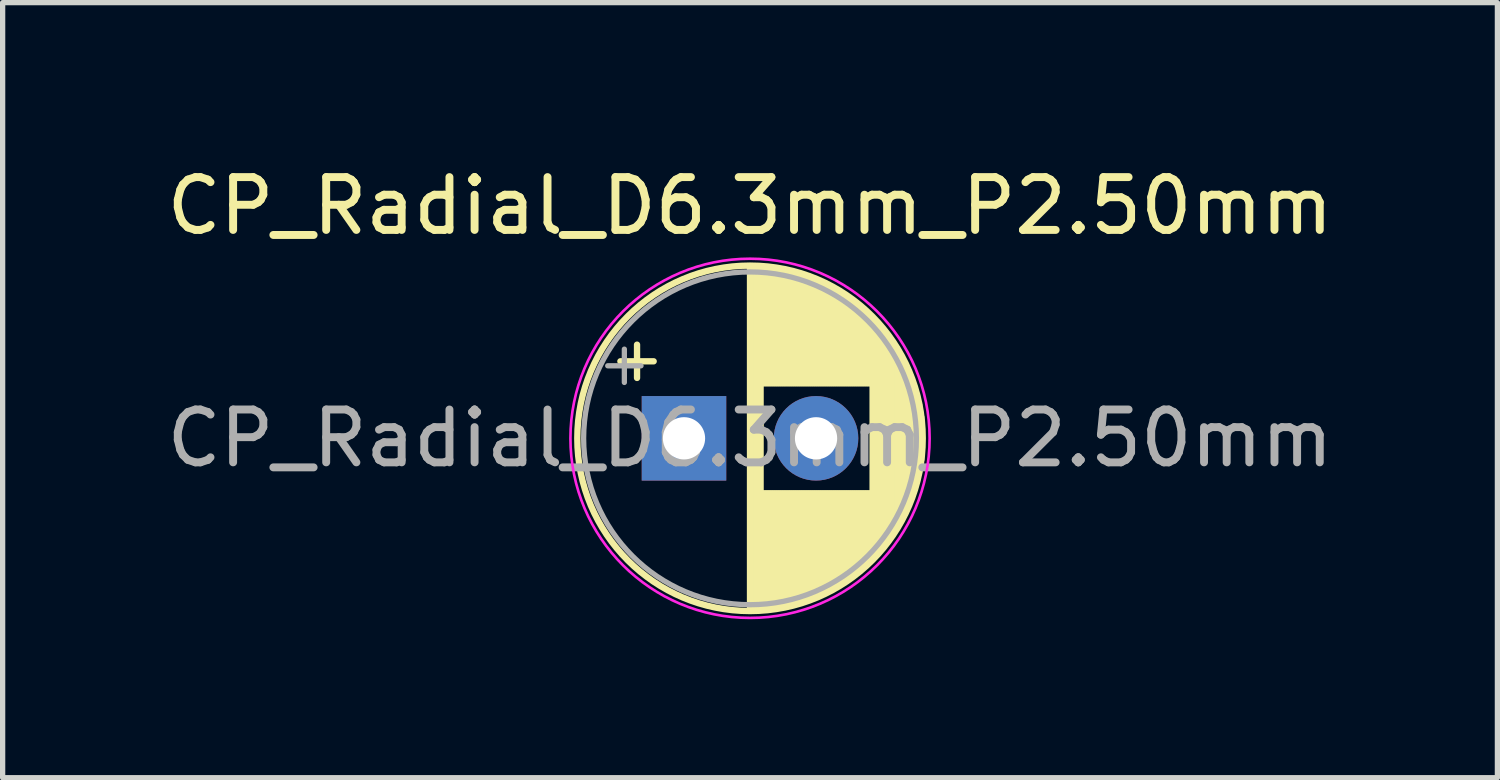
<source format=kicad_pcb>
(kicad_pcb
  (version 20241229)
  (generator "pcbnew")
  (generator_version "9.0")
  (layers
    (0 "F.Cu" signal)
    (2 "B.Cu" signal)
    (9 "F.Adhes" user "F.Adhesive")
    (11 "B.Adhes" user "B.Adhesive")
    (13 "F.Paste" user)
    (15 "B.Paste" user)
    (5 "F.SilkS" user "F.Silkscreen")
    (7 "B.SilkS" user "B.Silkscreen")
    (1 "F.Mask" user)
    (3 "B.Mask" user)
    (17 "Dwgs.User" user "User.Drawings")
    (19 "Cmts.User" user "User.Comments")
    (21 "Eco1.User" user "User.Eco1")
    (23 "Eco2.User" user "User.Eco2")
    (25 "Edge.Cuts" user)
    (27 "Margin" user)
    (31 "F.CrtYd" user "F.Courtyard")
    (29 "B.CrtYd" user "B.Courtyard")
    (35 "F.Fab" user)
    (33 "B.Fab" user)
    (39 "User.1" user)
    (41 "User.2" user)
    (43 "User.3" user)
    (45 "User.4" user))
  (footprint "CP_Radial_D6.3mm_P2.50mm"
    (layer "F.Cu")
    (at 9.899 5.248)
    (property "Reference" "CP_Radial_D6.3mm_P2.50mm" (at 1.25 -4.4 0) (layer "F.SilkS") (effects (font (size 1 1) (thickness 0.15))))
    (attr through_hole)
    (fp_line (start -1.204 -1.458) (end -0.574 -1.458) (stroke (width 0.12) (type solid)) (layer "F.SilkS"))
    (fp_line (start -0.889 -1.773) (end -0.889 -1.143) (stroke (width 0.12) (type solid)) (layer "F.SilkS"))
    (fp_line (start 1.25 -3.23) (end 1.25 3.23) (stroke (width 0.12) (type solid)) (layer "F.SilkS"))
    (fp_line (start 1.29 -3.23) (end 1.29 3.23) (stroke (width 0.12) (type solid)) (layer "F.SilkS"))
    (fp_line (start 1.33 -3.23) (end 1.33 3.23) (stroke (width 0.12) (type solid)) (layer "F.SilkS"))
    (fp_line (start 1.37 -3.228) (end 1.37 3.228) (stroke (width 0.12) (type solid)) (layer "F.SilkS"))
    (fp_line (start 1.41 -3.227) (end 1.41 3.227) (stroke (width 0.12) (type solid)) (layer "F.SilkS"))
    (fp_line (start 1.45 -3.224) (end 1.45 3.224) (stroke (width 0.12) (type solid)) (layer "F.SilkS"))
    (fp_line (start 1.49 -3.222) (end 1.49 -1.04) (stroke (width 0.12) (type solid)) (layer "F.SilkS"))
    (fp_line (start 1.49 1.04) (end 1.49 3.222) (stroke (width 0.12) (type solid)) (layer "F.SilkS"))
    (fp_line (start 1.53 -3.218) (end 1.53 -1.04) (stroke (width 0.12) (type solid)) (layer "F.SilkS"))
    (fp_line (start 1.53 1.04) (end 1.53 3.218) (stroke (width 0.12) (type solid)) (layer "F.SilkS"))
    (fp_line (start 1.57 -3.215) (end 1.57 -1.04) (stroke (width 0.12) (type solid)) (layer "F.SilkS"))
    (fp_line (start 1.57 1.04) (end 1.57 3.215) (stroke (width 0.12) (type solid)) (layer "F.SilkS"))
    (fp_line (start 1.61 -3.211) (end 1.61 -1.04) (stroke (width 0.12) (type solid)) (layer "F.SilkS"))
    (fp_line (start 1.61 1.04) (end 1.61 3.211) (stroke (width 0.12) (type solid)) (layer "F.SilkS"))
    (fp_line (start 1.65 -3.206) (end 1.65 -1.04) (stroke (width 0.12) (type solid)) (layer "F.SilkS"))
    (fp_line (start 1.65 1.04) (end 1.65 3.206) (stroke (width 0.12) (type solid)) (layer "F.SilkS"))
    (fp_line (start 1.69 -3.201) (end 1.69 -1.04) (stroke (width 0.12) (type solid)) (layer "F.SilkS"))
    (fp_line (start 1.69 1.04) (end 1.69 3.201) (stroke (width 0.12) (type solid)) (layer "F.SilkS"))
    (fp_line (start 1.73 -3.195) (end 1.73 -1.04) (stroke (width 0.12) (type solid)) (layer "F.SilkS"))
    (fp_line (start 1.73 1.04) (end 1.73 3.195) (stroke (width 0.12) (type solid)) (layer "F.SilkS"))
    (fp_line (start 1.77 -3.189) (end 1.77 -1.04) (stroke (width 0.12) (type solid)) (layer "F.SilkS"))
    (fp_line (start 1.77 1.04) (end 1.77 3.189) (stroke (width 0.12) (type solid)) (layer "F.SilkS"))
    (fp_line (start 1.81 -3.182) (end 1.81 -1.04) (stroke (width 0.12) (type solid)) (layer "F.SilkS"))
    (fp_line (start 1.81 1.04) (end 1.81 3.182) (stroke (width 0.12) (type solid)) (layer "F.SilkS"))
    (fp_line (start 1.85 -3.175) (end 1.85 -1.04) (stroke (width 0.12) (type solid)) (layer "F.SilkS"))
    (fp_line (start 1.85 1.04) (end 1.85 3.175) (stroke (width 0.12) (type solid)) (layer "F.SilkS"))
    (fp_line (start 1.89 -3.167) (end 1.89 -1.04) (stroke (width 0.12) (type solid)) (layer "F.SilkS"))
    (fp_line (start 1.89 1.04) (end 1.89 3.167) (stroke (width 0.12) (type solid)) (layer "F.SilkS"))
    (fp_line (start 1.93 -3.159) (end 1.93 -1.04) (stroke (width 0.12) (type solid)) (layer "F.SilkS"))
    (fp_line (start 1.93 1.04) (end 1.93 3.159) (stroke (width 0.12) (type solid)) (layer "F.SilkS"))
    (fp_line (start 1.971 -3.15) (end 1.971 -1.04) (stroke (width 0.12) (type solid)) (layer "F.SilkS"))
    (fp_line (start 1.971 1.04) (end 1.971 3.15) (stroke (width 0.12) (type solid)) (layer "F.SilkS"))
    (fp_line (start 2.011 -3.141) (end 2.011 -1.04) (stroke (width 0.12) (type solid)) (layer "F.SilkS"))
    (fp_line (start 2.011 1.04) (end 2.011 3.141) (stroke (width 0.12) (type solid)) (layer "F.SilkS"))
    (fp_line (start 2.051 -3.131) (end 2.051 -1.04) (stroke (width 0.12) (type solid)) (layer "F.SilkS"))
    (fp_line (start 2.051 1.04) (end 2.051 3.131) (stroke (width 0.12) (type solid)) (layer "F.SilkS"))
    (fp_line (start 2.091 -3.121) (end 2.091 -1.04) (stroke (width 0.12) (type solid)) (layer "F.SilkS"))
    (fp_line (start 2.091 1.04) (end 2.091 3.121) (stroke (width 0.12) (type solid)) (layer "F.SilkS"))
    (fp_line (start 2.131 -3.11) (end 2.131 -1.04) (stroke (width 0.12) (type solid)) (layer "F.SilkS"))
    (fp_line (start 2.131 1.04) (end 2.131 3.11) (stroke (width 0.12) (type solid)) (layer "F.SilkS"))
    (fp_line (start 2.171 -3.098) (end 2.171 -1.04) (stroke (width 0.12) (type solid)) (layer "F.SilkS"))
    (fp_line (start 2.171 1.04) (end 2.171 3.098) (stroke (width 0.12) (type solid)) (layer "F.SilkS"))
    (fp_line (start 2.211 -3.086) (end 2.211 -1.04) (stroke (width 0.12) (type solid)) (layer "F.SilkS"))
    (fp_line (start 2.211 1.04) (end 2.211 3.086) (stroke (width 0.12) (type solid)) (layer "F.SilkS"))
    (fp_line (start 2.251 -3.074) (end 2.251 -1.04) (stroke (width 0.12) (type solid)) (layer "F.SilkS"))
    (fp_line (start 2.251 1.04) (end 2.251 3.074) (stroke (width 0.12) (type solid)) (layer "F.SilkS"))
    (fp_line (start 2.291 -3.061) (end 2.291 -1.04) (stroke (width 0.12) (type solid)) (layer "F.SilkS"))
    (fp_line (start 2.291 1.04) (end 2.291 3.061) (stroke (width 0.12) (type solid)) (layer "F.SilkS"))
    (fp_line (start 2.331 -3.047) (end 2.331 -1.04) (stroke (width 0.12) (type solid)) (layer "F.SilkS"))
    (fp_line (start 2.331 1.04) (end 2.331 3.047) (stroke (width 0.12) (type solid)) (layer "F.SilkS"))
    (fp_line (start 2.371 -3.033) (end 2.371 -1.04) (stroke (width 0.12) (type solid)) (layer "F.SilkS"))
    (fp_line (start 2.371 1.04) (end 2.371 3.033) (stroke (width 0.12) (type solid)) (layer "F.SilkS"))
    (fp_line (start 2.411 -3.018) (end 2.411 -1.04) (stroke (width 0.12) (type solid)) (layer "F.SilkS"))
    (fp_line (start 2.411 1.04) (end 2.411 3.018) (stroke (width 0.12) (type solid)) (layer "F.SilkS"))
    (fp_line (start 2.451 -3.002) (end 2.451 -1.04) (stroke (width 0.12) (type solid)) (layer "F.SilkS"))
    (fp_line (start 2.451 1.04) (end 2.451 3.002) (stroke (width 0.12) (type solid)) (layer "F.SilkS"))
    (fp_line (start 2.491 -2.986) (end 2.491 -1.04) (stroke (width 0.12) (type solid)) (layer "F.SilkS"))
    (fp_line (start 2.491 1.04) (end 2.491 2.986) (stroke (width 0.12) (type solid)) (layer "F.SilkS"))
    (fp_line (start 2.531 -2.97) (end 2.531 -1.04) (stroke (width 0.12) (type solid)) (layer "F.SilkS"))
    (fp_line (start 2.531 1.04) (end 2.531 2.97) (stroke (width 0.12) (type solid)) (layer "F.SilkS"))
    (fp_line (start 2.571 -2.952) (end 2.571 -1.04) (stroke (width 0.12) (type solid)) (layer "F.SilkS"))
    (fp_line (start 2.571 1.04) (end 2.571 2.952) (stroke (width 0.12) (type solid)) (layer "F.SilkS"))
    (fp_line (start 2.611 -2.934) (end 2.611 -1.04) (stroke (width 0.12) (type solid)) (layer "F.SilkS"))
    (fp_line (start 2.611 1.04) (end 2.611 2.934) (stroke (width 0.12) (type solid)) (layer "F.SilkS"))
    (fp_line (start 2.651 -2.916) (end 2.651 -1.04) (stroke (width 0.12) (type solid)) (layer "F.SilkS"))
    (fp_line (start 2.651 1.04) (end 2.651 2.916) (stroke (width 0.12) (type solid)) (layer "F.SilkS"))
    (fp_line (start 2.691 -2.896) (end 2.691 -1.04) (stroke (width 0.12) (type solid)) (layer "F.SilkS"))
    (fp_line (start 2.691 1.04) (end 2.691 2.896) (stroke (width 0.12) (type solid)) (layer "F.SilkS"))
    (fp_line (start 2.731 -2.876) (end 2.731 -1.04) (stroke (width 0.12) (type solid)) (layer "F.SilkS"))
    (fp_line (start 2.731 1.04) (end 2.731 2.876) (stroke (width 0.12) (type solid)) (layer "F.SilkS"))
    (fp_line (start 2.771 -2.856) (end 2.771 -1.04) (stroke (width 0.12) (type solid)) (layer "F.SilkS"))
    (fp_line (start 2.771 1.04) (end 2.771 2.856) (stroke (width 0.12) (type solid)) (layer "F.SilkS"))
    (fp_line (start 2.811 -2.834) (end 2.811 -1.04) (stroke (width 0.12) (type solid)) (layer "F.SilkS"))
    (fp_line (start 2.811 1.04) (end 2.811 2.834) (stroke (width 0.12) (type solid)) (layer "F.SilkS"))
    (fp_line (start 2.851 -2.812) (end 2.851 -1.04) (stroke (width 0.12) (type solid)) (layer "F.SilkS"))
    (fp_line (start 2.851 1.04) (end 2.851 2.812) (stroke (width 0.12) (type solid)) (layer "F.SilkS"))
    (fp_line (start 2.891 -2.79) (end 2.891 -1.04) (stroke (width 0.12) (type solid)) (layer "F.SilkS"))
    (fp_line (start 2.891 1.04) (end 2.891 2.79) (stroke (width 0.12) (type solid)) (layer "F.SilkS"))
    (fp_line (start 2.931 -2.766) (end 2.931 -1.04) (stroke (width 0.12) (type solid)) (layer "F.SilkS"))
    (fp_line (start 2.931 1.04) (end 2.931 2.766) (stroke (width 0.12) (type solid)) (layer "F.SilkS"))
    (fp_line (start 2.971 -2.742) (end 2.971 -1.04) (stroke (width 0.12) (type solid)) (layer "F.SilkS"))
    (fp_line (start 2.971 1.04) (end 2.971 2.742) (stroke (width 0.12) (type solid)) (layer "F.SilkS"))
    (fp_line (start 3.011 -2.716) (end 3.011 -1.04) (stroke (width 0.12) (type solid)) (layer "F.SilkS"))
    (fp_line (start 3.011 1.04) (end 3.011 2.716) (stroke (width 0.12) (type solid)) (layer "F.SilkS"))
    (fp_line (start 3.051 -2.69) (end 3.051 -1.04) (stroke (width 0.12) (type solid)) (layer "F.SilkS"))
    (fp_line (start 3.051 1.04) (end 3.051 2.69) (stroke (width 0.12) (type solid)) (layer "F.SilkS"))
    (fp_line (start 3.091 -2.664) (end 3.091 -1.04) (stroke (width 0.12) (type solid)) (layer "F.SilkS"))
    (fp_line (start 3.091 1.04) (end 3.091 2.664) (stroke (width 0.12) (type solid)) (layer "F.SilkS"))
    (fp_line (start 3.131 -2.636) (end 3.131 -1.04) (stroke (width 0.12) (type solid)) (layer "F.SilkS"))
    (fp_line (start 3.131 1.04) (end 3.131 2.636) (stroke (width 0.12) (type solid)) (layer "F.SilkS"))
    (fp_line (start 3.171 -2.607) (end 3.171 -1.04) (stroke (width 0.12) (type solid)) (layer "F.SilkS"))
    (fp_line (start 3.171 1.04) (end 3.171 2.607) (stroke (width 0.12) (type solid)) (layer "F.SilkS"))
    (fp_line (start 3.211 -2.578) (end 3.211 -1.04) (stroke (width 0.12) (type solid)) (layer "F.SilkS"))
    (fp_line (start 3.211 1.04) (end 3.211 2.578) (stroke (width 0.12) (type solid)) (layer "F.SilkS"))
    (fp_line (start 3.251 -2.548) (end 3.251 -1.04) (stroke (width 0.12) (type solid)) (layer "F.SilkS"))
    (fp_line (start 3.251 1.04) (end 3.251 2.548) (stroke (width 0.12) (type solid)) (layer "F.SilkS"))
    (fp_line (start 3.291 -2.516) (end 3.291 -1.04) (stroke (width 0.12) (type solid)) (layer "F.SilkS"))
    (fp_line (start 3.291 1.04) (end 3.291 2.516) (stroke (width 0.12) (type solid)) (layer "F.SilkS"))
    (fp_line (start 3.331 -2.484) (end 3.331 -1.04) (stroke (width 0.12) (type solid)) (layer "F.SilkS"))
    (fp_line (start 3.331 1.04) (end 3.331 2.484) (stroke (width 0.12) (type solid)) (layer "F.SilkS"))
    (fp_line (start 3.371 -2.45) (end 3.371 -1.04) (stroke (width 0.12) (type solid)) (layer "F.SilkS"))
    (fp_line (start 3.371 1.04) (end 3.371 2.45) (stroke (width 0.12) (type solid)) (layer "F.SilkS"))
    (fp_line (start 3.411 -2.416) (end 3.411 -1.04) (stroke (width 0.12) (type solid)) (layer "F.SilkS"))
    (fp_line (start 3.411 1.04) (end 3.411 2.416) (stroke (width 0.12) (type solid)) (layer "F.SilkS"))
    (fp_line (start 3.451 -2.38) (end 3.451 -1.04) (stroke (width 0.12) (type solid)) (layer "F.SilkS"))
    (fp_line (start 3.451 1.04) (end 3.451 2.38) (stroke (width 0.12) (type solid)) (layer "F.SilkS"))
    (fp_line (start 3.491 -2.343) (end 3.491 -1.04) (stroke (width 0.12) (type solid)) (layer "F.SilkS"))
    (fp_line (start 3.491 1.04) (end 3.491 2.343) (stroke (width 0.12) (type solid)) (layer "F.SilkS"))
    (fp_line (start 3.531 -2.305) (end 3.531 -1.04) (stroke (width 0.12) (type solid)) (layer "F.SilkS"))
    (fp_line (start 3.531 1.04) (end 3.531 2.305) (stroke (width 0.12) (type solid)) (layer "F.SilkS"))
    (fp_line (start 3.571 -2.265) (end 3.571 2.265) (stroke (width 0.12) (type solid)) (layer "F.SilkS"))
    (fp_line (start 3.611 -2.224) (end 3.611 2.224) (stroke (width 0.12) (type solid)) (layer "F.SilkS"))
    (fp_line (start 3.651 -2.182) (end 3.651 2.182) (stroke (width 0.12) (type solid)) (layer "F.SilkS"))
    (fp_line (start 3.691 -2.137) (end 3.691 2.137) (stroke (width 0.12) (type solid)) (layer "F.SilkS"))
    (fp_line (start 3.731 -2.092) (end 3.731 2.092) (stroke (width 0.12) (type solid)) (layer "F.SilkS"))
    (fp_line (start 3.771 -2.044) (end 3.771 2.044) (stroke (width 0.12) (type solid)) (layer "F.SilkS"))
    (fp_line (start 3.811 -1.995) (end 3.811 1.995) (stroke (width 0.12) (type solid)) (layer "F.SilkS"))
    (fp_line (start 3.851 -1.944) (end 3.851 1.944) (stroke (width 0.12) (type solid)) (layer "F.SilkS"))
    (fp_line (start 3.891 -1.89) (end 3.891 1.89) (stroke (width 0.12) (type solid)) (layer "F.SilkS"))
    (fp_line (start 3.931 -1.834) (end 3.931 1.834) (stroke (width 0.12) (type solid)) (layer "F.SilkS"))
    (fp_line (start 3.971 -1.776) (end 3.971 1.776) (stroke (width 0.12) (type solid)) (layer "F.SilkS"))
    (fp_line (start 4.011 -1.714) (end 4.011 1.714) (stroke (width 0.12) (type solid)) (layer "F.SilkS"))
    (fp_line (start 4.051 -1.65) (end 4.051 1.65) (stroke (width 0.12) (type solid)) (layer "F.SilkS"))
    (fp_line (start 4.091 -1.581) (end 4.091 1.581) (stroke (width 0.12) (type solid)) (layer "F.SilkS"))
    (fp_line (start 4.131 -1.509) (end 4.131 1.509) (stroke (width 0.12) (type solid)) (layer "F.SilkS"))
    (fp_line (start 4.171 -1.432) (end 4.171 1.432) (stroke (width 0.12) (type solid)) (layer "F.SilkS"))
    (fp_line (start 4.211 -1.35) (end 4.211 1.35) (stroke (width 0.12) (type solid)) (layer "F.SilkS"))
    (fp_line (start 4.251 -1.262) (end 4.251 1.262) (stroke (width 0.12) (type solid)) (layer "F.SilkS"))
    (fp_line (start 4.291 -1.165) (end 4.291 1.165) (stroke (width 0.12) (type solid)) (layer "F.SilkS"))
    (fp_line (start 4.331 -1.059) (end 4.331 1.059) (stroke (width 0.12) (type solid)) (layer "F.SilkS"))
    (fp_line (start 4.371 -0.94) (end 4.371 0.94) (stroke (width 0.12) (type solid)) (layer "F.SilkS"))
    (fp_line (start 4.411 -0.802) (end 4.411 0.802) (stroke (width 0.12) (type solid)) (layer "F.SilkS"))
    (fp_line (start 4.451 -0.633) (end 4.451 0.633) (stroke (width 0.12) (type solid)) (layer "F.SilkS"))
    (fp_line (start 4.491 -0.402) (end 4.491 0.402) (stroke (width 0.12) (type solid)) (layer "F.SilkS"))
    (fp_circle (center 1.25 0) (end 4.52 0) (stroke (width 0.12) (type solid)) (fill no) (layer "F.SilkS"))
    (fp_circle (center 1.25 0) (end 4.65 0) (stroke (width 0.05) (type solid)) (fill no) (layer "F.CrtYd"))
    (fp_line (start -1.444 -1.373) (end -0.814 -1.373) (stroke (width 0.1) (type solid)) (layer "F.Fab"))
    (fp_line (start -1.129 -1.688) (end -1.129 -1.058) (stroke (width 0.1) (type solid)) (layer "F.Fab"))
    (fp_circle (center 1.25 0) (end 4.4 0) (stroke (width 0.1) (type solid)) (fill no) (layer "F.Fab"))
    (fp_text user "${REFERENCE}" (at 1.25 0 0) (layer "F.Fab") (effects (font (size 1 1) (thickness 0.15))))
    (pad "1" thru_hole rect (at 0 0) (size 1.6 1.6) (drill 0.8) (layers "*.Cu" "*.Mask"))
    (pad "2" thru_hole circle (at 2.5 0) (size 1.6 1.6) (drill 0.8) (layers "*.Cu" "*.Mask")))
  (gr_rect
    (start -3 -3)
    (end 25.298 11.673)
    (stroke (width 0.1) (type default))
    (fill no)
    (layer "Edge.Cuts")))
</source>
